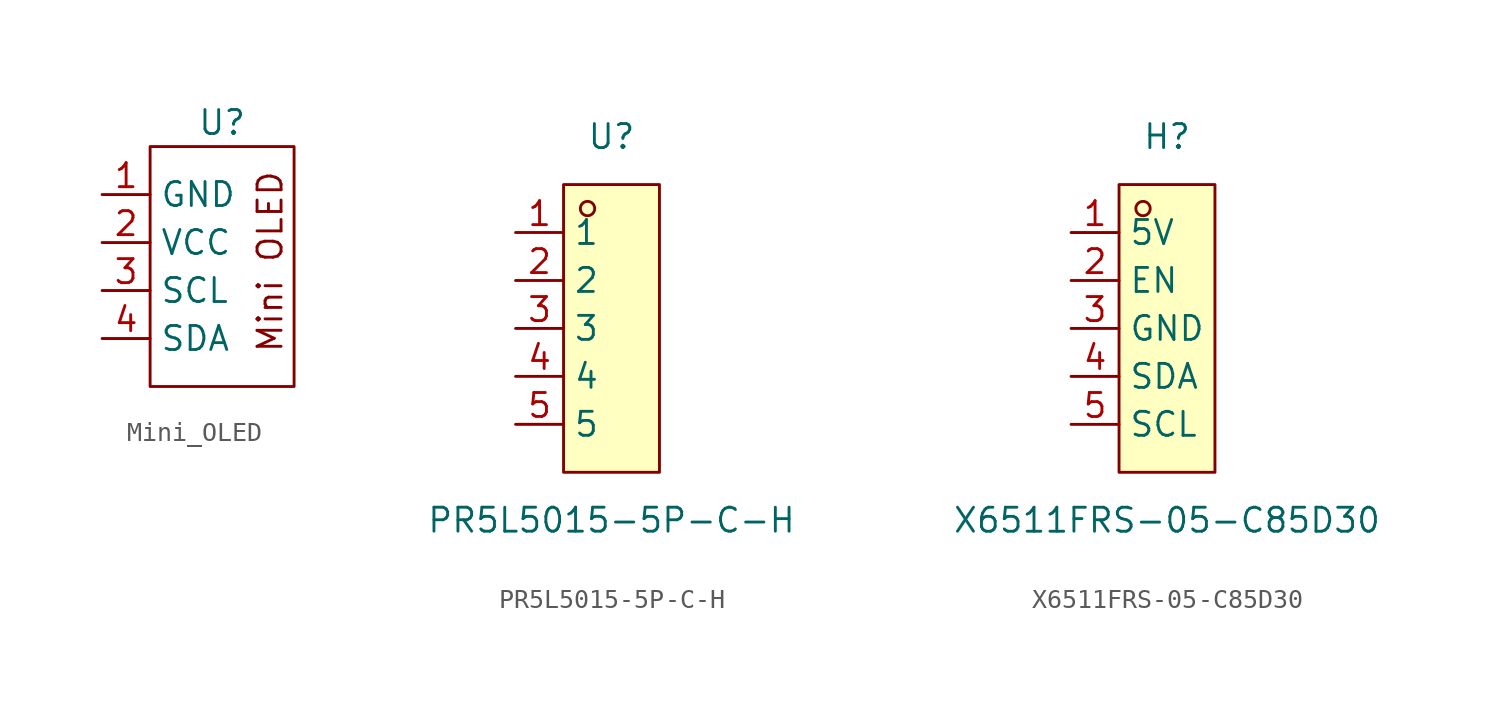
<source format=kicad_sym>
(kicad_symbol_lib
  (version 20241209)
  (generator "kicad_symbol_editor")
  (generator_version "9.0")
  (symbol "Mini_OLED"
    (property "Reference" "U"
      (at 0 7.62 0)
      (effects (font (size 1.27 1.27))))
    (property "Value" ""
      (at 0 0 0)
      (effects (font (size 1.27 1.27))))
    (symbol "Mini_OLED_0_1"
      (rectangle (start -3.81 6.35) (end 3.81 -6.35) (stroke (width 0) (type default)) (fill (type none))))
    (symbol "Mini_OLED_1_1"
      (text "Mini OLED" (at 2.54 0.254 900) (effects (font (size 1.27 1.27))))
      (pin power_in line (at -6.35 3.81 0) (length 2.54) (name "GND" (effects (font (size 1.27 1.27)))) (number "1" (effects (font (size 1.27 1.27)))))
      (pin power_in line (at -6.35 1.27 0) (length 2.54) (name "VCC" (effects (font (size 1.27 1.27)))) (number "2" (effects (font (size 1.27 1.27)))))
      (pin input line (at -6.35 -1.27 0) (length 2.54) (name "SCL" (effects (font (size 1.27 1.27)))) (number "3" (effects (font (size 1.27 1.27)))))
      (pin bidirectional line (at -6.35 -3.81 0) (length 2.54) (name "SDA" (effects (font (size 1.27 1.27)))) (number "4" (effects (font (size 1.27 1.27)))))))
  (symbol "PR5L5015-5P-C-H"
    (property "Reference" "U"
      (at 0 10.16 0)
      (effects (font (size 1.27 1.27))))
    (property "Value" "PR5L5015-5P-C-H"
      (at 0 -10.16 0)
      (effects (font (size 1.27 1.27))))
    (symbol "PR5L5015-5P-C-H_0_1"
      (rectangle (start -2.54 7.62) (end 2.54 -7.62) (stroke (width 0) (type default)) (fill (type background)))
      (circle (center -1.27 6.35) (radius 0.38) (stroke (width 0) (type default)) (fill (type none)))
      (pin unspecified line (at -5.08 5.08 0) (length 2.54) (name "1" (effects (font (size 1.27 1.27)))) (number "1" (effects (font (size 1.27 1.27)))))
      (pin unspecified line (at -5.08 2.54 0) (length 2.54) (name "2" (effects (font (size 1.27 1.27)))) (number "2" (effects (font (size 1.27 1.27)))))
      (pin unspecified line (at -5.08 0 0) (length 2.54) (name "3" (effects (font (size 1.27 1.27)))) (number "3" (effects (font (size 1.27 1.27)))))
      (pin unspecified line (at -5.08 -2.54 0) (length 2.54) (name "4" (effects (font (size 1.27 1.27)))) (number "4" (effects (font (size 1.27 1.27)))))
      (pin unspecified line (at -5.08 -5.08 0) (length 2.54) (name "5" (effects (font (size 1.27 1.27)))) (number "5" (effects (font (size 1.27 1.27)))))))
  (symbol "X6511FRS-05-C85D30"
    (property "Reference" "H"
      (at 0 10.16 0)
      (effects (font (size 1.27 1.27))))
    (property "Value" "X6511FRS-05-C85D30"
      (at 0 -10.16 0)
      (effects (font (size 1.27 1.27))))
    (symbol "X6511FRS-05-C85D30_0_1"
      (rectangle (start -2.54 7.62) (end 2.54 -7.62) (stroke (width 0) (type default)) (fill (type background)))
      (circle (center -1.27 6.35) (radius 0.38) (stroke (width 0) (type default)) (fill (type none))))
    (symbol "X6511FRS-05-C85D30_1_1"
      (pin unspecified line (at -5.08 5.08 0) (length 2.54) (name "5V" (effects (font (size 1.27 1.27)))) (number "1" (effects (font (size 1.27 1.27)))))
      (pin unspecified line (at -5.08 2.54 0) (length 2.54) (name "EN" (effects (font (size 1.27 1.27)))) (number "2" (effects (font (size 1.27 1.27)))))
      (pin unspecified line (at -5.08 0 0) (length 2.54) (name "GND" (effects (font (size 1.27 1.27)))) (number "3" (effects (font (size 1.27 1.27)))))
      (pin unspecified line (at -5.08 -2.54 0) (length 2.54) (name "SDA" (effects (font (size 1.27 1.27)))) (number "4" (effects (font (size 1.27 1.27)))))
      (pin unspecified line (at -5.08 -5.08 0) (length 2.54) (name "SCL" (effects (font (size 1.27 1.27)))) (number "5" (effects (font (size 1.27 1.27))))))))
</source>
